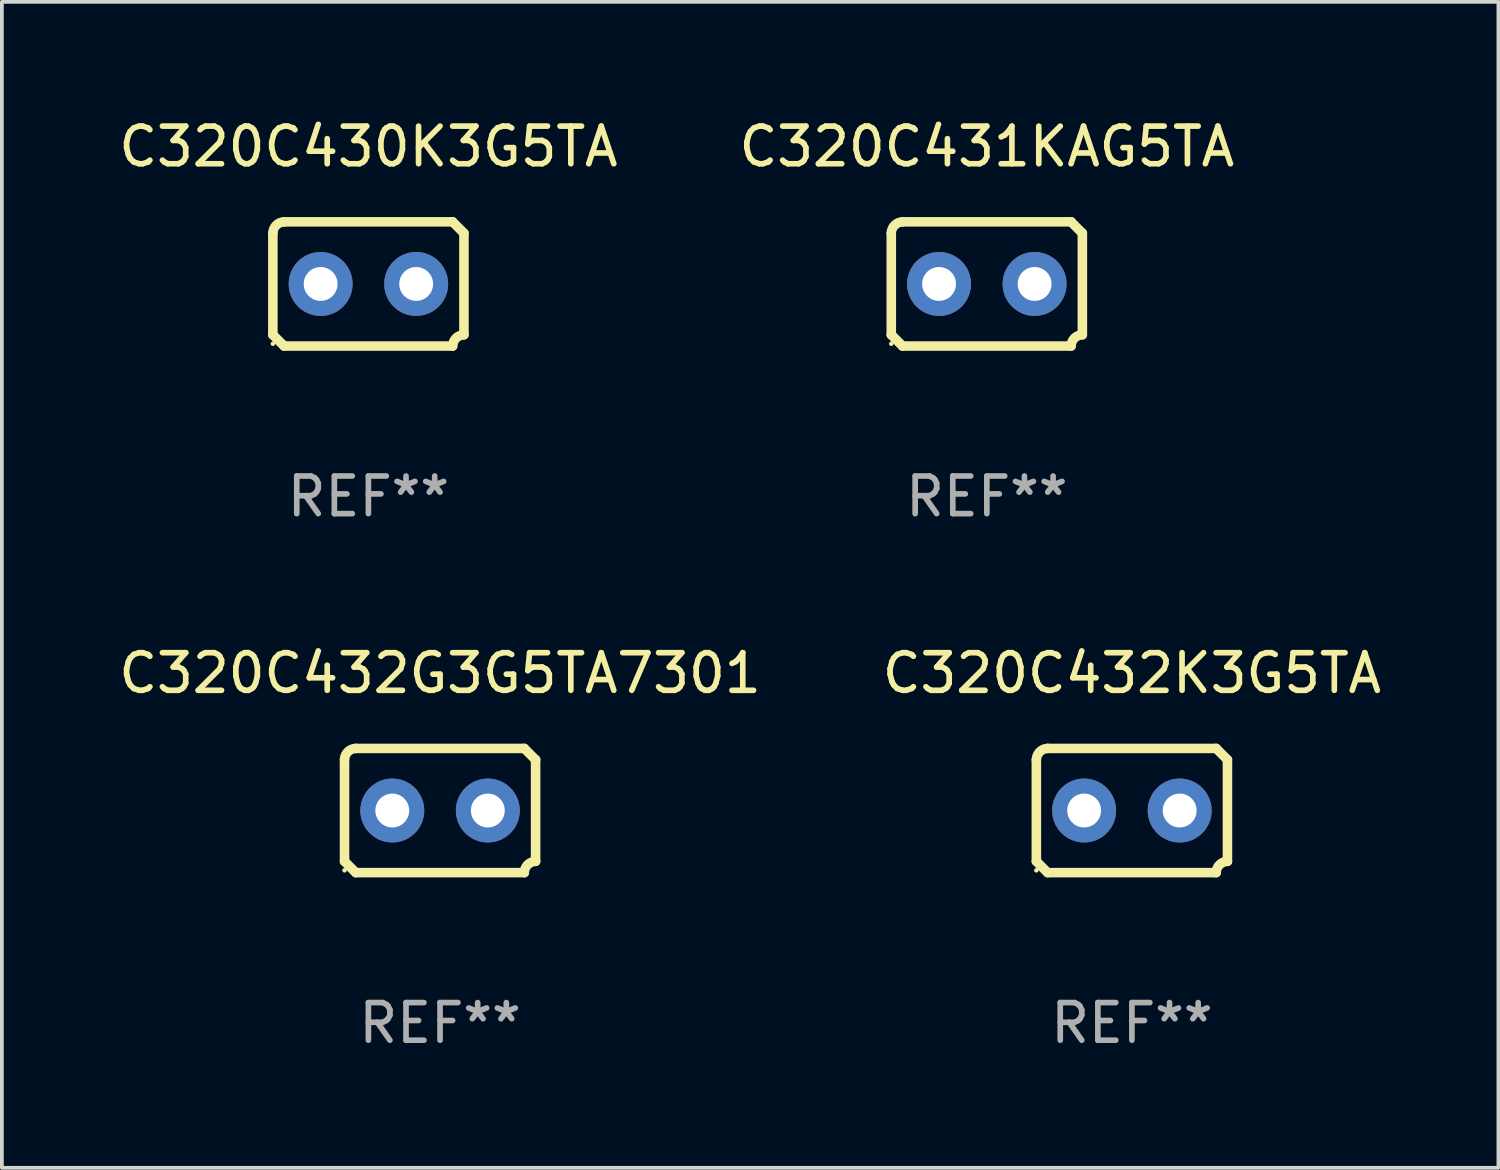
<source format=kicad_pcb>
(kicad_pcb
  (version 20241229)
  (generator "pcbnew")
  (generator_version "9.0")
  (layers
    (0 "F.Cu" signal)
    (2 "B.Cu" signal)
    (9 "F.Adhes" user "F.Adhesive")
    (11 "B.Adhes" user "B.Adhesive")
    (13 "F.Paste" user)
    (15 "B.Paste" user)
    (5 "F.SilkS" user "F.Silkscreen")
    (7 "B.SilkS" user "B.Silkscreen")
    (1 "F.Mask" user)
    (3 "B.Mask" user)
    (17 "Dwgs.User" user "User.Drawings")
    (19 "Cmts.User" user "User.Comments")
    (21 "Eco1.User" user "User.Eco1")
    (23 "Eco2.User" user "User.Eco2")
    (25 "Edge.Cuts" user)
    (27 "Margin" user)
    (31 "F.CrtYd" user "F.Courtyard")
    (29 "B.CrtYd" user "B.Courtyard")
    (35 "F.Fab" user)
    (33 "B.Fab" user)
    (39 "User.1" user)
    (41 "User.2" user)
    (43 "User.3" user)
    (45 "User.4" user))
  (footprint "C320C431KAG5TA"
    (layer "F.Cu")
    (at 23.185 4.499)
    (property "Reference" "C320C431KAG5TA" (at 0 -3.651 0) (layer "F.SilkS") (effects (font (size 1 1) (thickness 0.15))))
    (attr through_hole)
    (fp_line (start -2.54 -1.351) (end -2.54 1.351) (stroke (width 0.254) (type solid)) (layer "F.SilkS"))
    (fp_line (start -2.24 -1.651) (end 2.24 -1.651) (stroke (width 0.254) (type solid)) (layer "F.SilkS"))
    (fp_line (start 2.24 1.651) (end -2.24 1.651) (stroke (width 0.254) (type solid)) (layer "F.SilkS"))
    (fp_line (start 2.54 1.351) (end 2.54 -1.351) (stroke (width 0.254) (type solid)) (layer "F.SilkS"))
    (fp_arc (start -2.540005 -1.351283) (mid -2.450115 -1.561309) (end -2.240005 -1.651003) (stroke (width 0.254001) (type solid)) (layer "F.SilkS"))
    (fp_arc (start -2.240287 1.651001) (mid -2.390163 1.501019) (end -2.540005 1.351003) (stroke (width 0.254001) (type solid)) (layer "F.SilkS"))
    (fp_arc (start 2.240005 1.651003) (mid 2.329934 1.441015) (end 2.540005 1.351282) (stroke (width 0.254001) (type solid)) (layer "F.SilkS"))
    (fp_arc (start 2.540005 -1.351003) (mid 2.389393 -1.500252) (end 2.240284 -1.651003) (stroke (width 0.254001) (type solid)) (layer "F.SilkS"))
    (fp_circle (center -2.54 1.59) (end -2.51 1.59) (stroke (width 0.06) (type solid)) (fill no) (layer "F.SilkS"))
    (fp_text user "REF**" (at 0 5.651 0) (layer "F.Fab") (effects (font (size 1 1) (thickness 0.15))))
    (pad "1" thru_hole circle (at -1.27 0) (size 1.7 1.7) (drill 0.9) (layers "*.Cu" "*.Mask"))
    (pad "2" thru_hole circle (at 1.27 0) (size 1.7 1.7) (drill 0.9) (layers "*.Cu" "*.Mask")))
  (footprint "C320C430K3G5TA"
    (layer "F.Cu")
    (at 6.744 4.499)
    (property "Reference" "C320C430K3G5TA" (at 0 -3.651 0) (layer "F.SilkS") (effects (font (size 1 1) (thickness 0.15))))
    (attr through_hole)
    (fp_line (start -2.54 -1.351) (end -2.54 1.351) (stroke (width 0.254) (type solid)) (layer "F.SilkS"))
    (fp_line (start -2.24 -1.651) (end 2.24 -1.651) (stroke (width 0.254) (type solid)) (layer "F.SilkS"))
    (fp_line (start 2.24 1.651) (end -2.24 1.651) (stroke (width 0.254) (type solid)) (layer "F.SilkS"))
    (fp_line (start 2.54 1.351) (end 2.54 -1.351) (stroke (width 0.254) (type solid)) (layer "F.SilkS"))
    (fp_arc (start -2.540005 -1.351283) (mid -2.450115 -1.561309) (end -2.240005 -1.651003) (stroke (width 0.254001) (type solid)) (layer "F.SilkS"))
    (fp_arc (start -2.240287 1.651001) (mid -2.390163 1.501019) (end -2.540005 1.351003) (stroke (width 0.254001) (type solid)) (layer "F.SilkS"))
    (fp_arc (start 2.240005 1.651003) (mid 2.329934 1.441015) (end 2.540005 1.351282) (stroke (width 0.254001) (type solid)) (layer "F.SilkS"))
    (fp_arc (start 2.540005 -1.351003) (mid 2.389393 -1.500252) (end 2.240284 -1.651003) (stroke (width 0.254001) (type solid)) (layer "F.SilkS"))
    (fp_circle (center -2.54 1.59) (end -2.51 1.59) (stroke (width 0.06) (type solid)) (fill no) (layer "F.SilkS"))
    (fp_text user "REF**" (at 0 5.651 0) (layer "F.Fab") (effects (font (size 1 1) (thickness 0.15))))
    (pad "1" thru_hole circle (at -1.27 0) (size 1.7 1.7) (drill 0.9) (layers "*.Cu" "*.Mask"))
    (pad "2" thru_hole circle (at 1.27 0) (size 1.7 1.7) (drill 0.9) (layers "*.Cu" "*.Mask")))
  (footprint "C320C432K3G5TA"
    (layer "F.Cu")
    (at 27.042 18.498)
    (property "Reference" "C320C432K3G5TA" (at 0 -3.651 0) (layer "F.SilkS") (effects (font (size 1 1) (thickness 0.15))))
    (attr through_hole)
    (fp_line (start -2.54 -1.351) (end -2.54 1.351) (stroke (width 0.254) (type solid)) (layer "F.SilkS"))
    (fp_line (start -2.24 -1.651) (end 2.24 -1.651) (stroke (width 0.254) (type solid)) (layer "F.SilkS"))
    (fp_line (start 2.24 1.651) (end -2.24 1.651) (stroke (width 0.254) (type solid)) (layer "F.SilkS"))
    (fp_line (start 2.54 1.351) (end 2.54 -1.351) (stroke (width 0.254) (type solid)) (layer "F.SilkS"))
    (fp_arc (start -2.540005 -1.351283) (mid -2.450115 -1.561309) (end -2.240005 -1.651003) (stroke (width 0.254001) (type solid)) (layer "F.SilkS"))
    (fp_arc (start -2.240287 1.651001) (mid -2.390163 1.501019) (end -2.540005 1.351003) (stroke (width 0.254001) (type solid)) (layer "F.SilkS"))
    (fp_arc (start 2.240005 1.651003) (mid 2.329934 1.441015) (end 2.540005 1.351282) (stroke (width 0.254001) (type solid)) (layer "F.SilkS"))
    (fp_arc (start 2.540005 -1.351003) (mid 2.389393 -1.500252) (end 2.240284 -1.651003) (stroke (width 0.254001) (type solid)) (layer "F.SilkS"))
    (fp_circle (center -2.54 1.59) (end -2.51 1.59) (stroke (width 0.06) (type solid)) (fill no) (layer "F.SilkS"))
    (fp_text user "REF**" (at 0 5.651 0) (layer "F.Fab") (effects (font (size 1 1) (thickness 0.15))))
    (pad "1" thru_hole circle (at -1.27 0) (size 1.7 1.7) (drill 0.9) (layers "*.Cu" "*.Mask"))
    (pad "2" thru_hole circle (at 1.27 0) (size 1.7 1.7) (drill 0.9) (layers "*.Cu" "*.Mask")))
  (footprint "C320C432G3G5TA7301"
    (layer "F.Cu")
    (at 8.649 18.498)
    (property "Reference" "C320C432G3G5TA7301" (at 0 -3.651 0) (layer "F.SilkS") (effects (font (size 1 1) (thickness 0.15))))
    (attr through_hole)
    (fp_line (start -2.54 -1.351) (end -2.54 1.351) (stroke (width 0.254) (type solid)) (layer "F.SilkS"))
    (fp_line (start -2.24 -1.651) (end 2.24 -1.651) (stroke (width 0.254) (type solid)) (layer "F.SilkS"))
    (fp_line (start 2.24 1.651) (end -2.24 1.651) (stroke (width 0.254) (type solid)) (layer "F.SilkS"))
    (fp_line (start 2.54 1.351) (end 2.54 -1.351) (stroke (width 0.254) (type solid)) (layer "F.SilkS"))
    (fp_arc (start -2.540005 -1.351283) (mid -2.450115 -1.561309) (end -2.240005 -1.651003) (stroke (width 0.254001) (type solid)) (layer "F.SilkS"))
    (fp_arc (start -2.240287 1.651001) (mid -2.390163 1.501019) (end -2.540005 1.351003) (stroke (width 0.254001) (type solid)) (layer "F.SilkS"))
    (fp_arc (start 2.240005 1.651003) (mid 2.329934 1.441015) (end 2.540005 1.351282) (stroke (width 0.254001) (type solid)) (layer "F.SilkS"))
    (fp_arc (start 2.540005 -1.351003) (mid 2.389393 -1.500252) (end 2.240284 -1.651003) (stroke (width 0.254001) (type solid)) (layer "F.SilkS"))
    (fp_circle (center -2.54 1.59) (end -2.51 1.59) (stroke (width 0.06) (type solid)) (fill no) (layer "F.SilkS"))
    (fp_text user "REF**" (at 0 5.651 0) (layer "F.Fab") (effects (font (size 1 1) (thickness 0.15))))
    (pad "1" thru_hole circle (at -1.27 0) (size 1.7 1.7) (drill 0.9) (layers "*.Cu" "*.Mask"))
    (pad "2" thru_hole circle (at 1.27 0) (size 1.7 1.7) (drill 0.9) (layers "*.Cu" "*.Mask")))
  (gr_rect
    (start -3 -3)
    (end 36.786 27.997)
    (stroke (width 0.1) (type default))
    (fill no)
    (layer "Edge.Cuts")))
</source>
